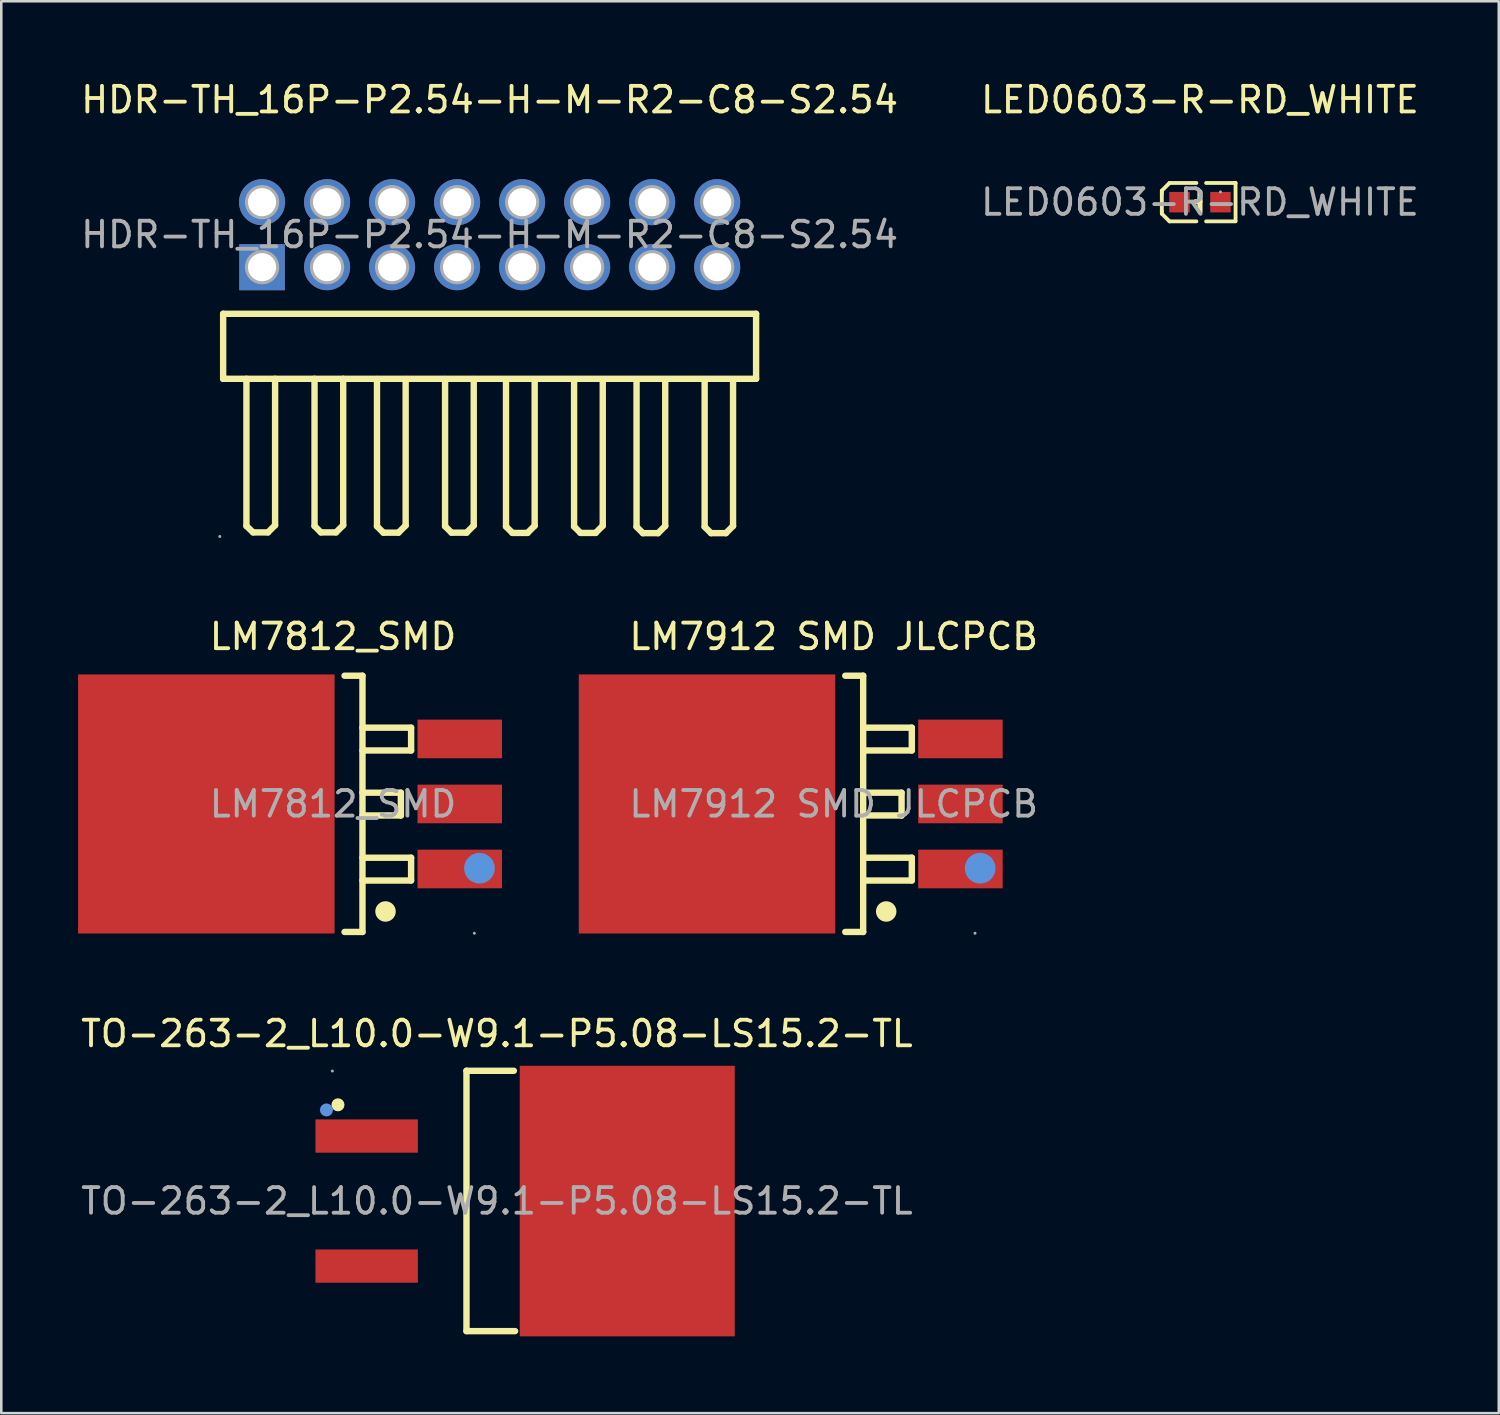
<source format=kicad_pcb>
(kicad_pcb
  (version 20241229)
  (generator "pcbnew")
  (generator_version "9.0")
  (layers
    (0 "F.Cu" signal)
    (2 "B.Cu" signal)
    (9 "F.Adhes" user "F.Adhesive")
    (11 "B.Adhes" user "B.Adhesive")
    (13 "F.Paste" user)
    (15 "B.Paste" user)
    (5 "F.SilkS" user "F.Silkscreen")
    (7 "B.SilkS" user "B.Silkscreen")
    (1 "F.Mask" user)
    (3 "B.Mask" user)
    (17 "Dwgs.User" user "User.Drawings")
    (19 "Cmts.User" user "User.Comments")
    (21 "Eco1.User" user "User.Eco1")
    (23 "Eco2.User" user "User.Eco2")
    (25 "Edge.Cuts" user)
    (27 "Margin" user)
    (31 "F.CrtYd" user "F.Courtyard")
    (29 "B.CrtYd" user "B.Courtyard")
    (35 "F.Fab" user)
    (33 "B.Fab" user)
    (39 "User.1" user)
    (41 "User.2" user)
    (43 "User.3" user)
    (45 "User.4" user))
  (footprint "LM7912 SMD JLCPCB"
    (layer "F.Cu")
    (at 29.52 28.357)
    (property "Reference" "LM7912 SMD JLCPCB" (at 0 -6.54 0) (layer "F.SilkS") (effects (font (size 1 1) (thickness 0.15))))
    (attr smd)
    (fp_line (start 0.45 -5.01) (end 1.15 -5.01) (stroke (width 0.25) (type solid)) (layer "F.SilkS"))
    (fp_line (start 1.15 -5.01) (end 1.15 5) (stroke (width 0.25) (type solid)) (layer "F.SilkS"))
    (fp_line (start 1.15 -2.98) (end 3.05 -2.98) (stroke (width 0.25) (type solid)) (layer "F.SilkS"))
    (fp_line (start 1.15 -0.44) (end 2.65 -0.44) (stroke (width 0.25) (type solid)) (layer "F.SilkS"))
    (fp_line (start 1.15 2.1) (end 3.05 2.1) (stroke (width 0.25) (type solid)) (layer "F.SilkS"))
    (fp_line (start 1.15 2.99) (end 3.05 2.99) (stroke (width 0.25) (type solid)) (layer "F.SilkS"))
    (fp_line (start 1.15 5) (end 0.45 5) (stroke (width 0.25) (type solid)) (layer "F.SilkS"))
    (fp_line (start 2.65 -0.44) (end 2.65 0.45) (stroke (width 0.25) (type solid)) (layer "F.SilkS"))
    (fp_line (start 2.65 0.45) (end 1.15 0.45) (stroke (width 0.25) (type solid)) (layer "F.SilkS"))
    (fp_line (start 3.05 -2.98) (end 3.05 -2.09) (stroke (width 0.25) (type solid)) (layer "F.SilkS"))
    (fp_line (start 3.05 -2.09) (end 1.15 -2.09) (stroke (width 0.25) (type solid)) (layer "F.SilkS"))
    (fp_line (start 3.05 2.1) (end 3.05 2.99) (stroke (width 0.25) (type solid)) (layer "F.SilkS"))
    (fp_arc (start 2.05 4.2) (mid 2.05 4.2) (end 2.05 4.2) (stroke (width 0.4) (type solid)) (layer "F.SilkS"))
    (fp_circle (center 5.72 2.51) (end 6.02 2.51) (stroke (width 0.6) (type solid)) (fill no) (layer "Cmts.User"))
    (fp_circle (center 5.52 5.05) (end 5.55 5.05) (stroke (width 0.06) (type solid)) (fill no) (layer "F.Fab"))
    (fp_text user "${REFERENCE}" (at 0 0 0) (layer "F.Fab") (effects (font (size 1 1) (thickness 0.15))))
    (pad "1" smd rect (at 4.95 2.54) (size 3.3 1.51) (layers "F.Cu" "F.Mask" "F.Paste"))
    (pad "2" smd rect (at 4.95 0) (size 3.3 1.51) (layers "F.Cu" "F.Mask" "F.Paste"))
    (pad "3" smd rect (at 4.95 -2.54) (size 3.3 1.51) (layers "F.Cu" "F.Mask" "F.Paste"))
    (pad "4" smd rect (at -4.95 0) (size 10.02 10.12) (layers "F.Cu" "F.Mask" "F.Paste")))
  (footprint "TO-263-2_L10.0-W9.1-P5.08-LS15.2-TL"
    (layer "F.Cu")
    (at 16.363 43.87)
    (property "Reference" "TO-263-2_L10.0-W9.1-P5.08-LS15.2-TL" (at 0 -6.54 0) (layer "F.SilkS") (effects (font (size 1 1) (thickness 0.15))))
    (attr smd)
    (fp_line (start -1.19 -5.09) (end -1.19 5.08) (stroke (width 0.25) (type solid)) (layer "F.SilkS"))
    (fp_line (start -1.19 5.08) (end 0.71 5.08) (stroke (width 0.25) (type solid)) (layer "F.SilkS"))
    (fp_line (start 0.66 -5.09) (end -1.19 -5.09) (stroke (width 0.25) (type solid)) (layer "F.SilkS"))
    (fp_circle (center -6.21 -3.76) (end -6.08 -3.76) (stroke (width 0.25) (type solid)) (fill no) (layer "F.SilkS"))
    (fp_circle (center -6.66 -3.56) (end -6.53 -3.56) (stroke (width 0.25) (type solid)) (fill no) (layer "Cmts.User"))
    (fp_circle (center -6.43 -5.08) (end -6.4 -5.08) (stroke (width 0.06) (type solid)) (fill no) (layer "F.Fab"))
    (fp_text user "${REFERENCE}" (at 0 0 0) (layer "F.Fab") (effects (font (size 1 1) (thickness 0.15))))
    (pad "1" smd rect (at -5.09 -2.54) (size 4 1.3) (layers "F.Cu" "F.Mask" "F.Paste"))
    (pad "3" smd rect (at -5.09 2.54) (size 4 1.3) (layers "F.Cu" "F.Mask" "F.Paste"))
    (pad "4" smd rect (at 5.09 0) (size 8.4 10.57) (layers "F.Cu" "F.Mask" "F.Paste")))
  (footprint "LED0603-R-RD_WHITE"
    (layer "F.Cu")
    (at 43.827 4.848)
    (property "Reference" "LED0603-R-RD_WHITE" (at 0 -4 0) (layer "F.SilkS") (effects (font (size 1 1) (thickness 0.15))))
    (attr smd)
    (fp_line (start -1.49 -0.45) (end -1.19 -0.75) (stroke (width 0.15) (type solid)) (layer "F.SilkS"))
    (fp_line (start -1.49 -0.35) (end -1.49 -0.45) (stroke (width 0.15) (type solid)) (layer "F.SilkS"))
    (fp_line (start -1.49 -0.35) (end -1.49 0.35) (stroke (width 0.15) (type solid)) (layer "F.SilkS"))
    (fp_line (start -1.49 0.35) (end -1.49 0.45) (stroke (width 0.15) (type solid)) (layer "F.SilkS"))
    (fp_line (start -1.49 0.45) (end -1.19 0.75) (stroke (width 0.15) (type solid)) (layer "F.SilkS"))
    (fp_line (start -0.14 -0.75) (end -1.19 -0.75) (stroke (width 0.15) (type solid)) (layer "F.SilkS"))
    (fp_line (start -0.14 0.75) (end -1.19 0.75) (stroke (width 0.15) (type solid)) (layer "F.SilkS"))
    (fp_line (start 0 -0.02) (end -0.17 -0.02) (stroke (width 0.2) (type solid)) (layer "F.SilkS"))
    (fp_line (start 0 0.38) (end 0 -0.4) (stroke (width 0.2) (type solid)) (layer "F.SilkS"))
    (fp_line (start 0.24 -0.75) (end 1.39 -0.75) (stroke (width 0.15) (type solid)) (layer "F.SilkS"))
    (fp_line (start 0.24 0.75) (end 1.39 0.75) (stroke (width 0.15) (type solid)) (layer "F.SilkS"))
    (fp_line (start 1.39 -0.75) (end 1.39 0.73) (stroke (width 0.15) (type solid)) (layer "F.SilkS"))
    (fp_circle (center 0.8 -0.4) (end 0.83 -0.4) (stroke (width 0.06) (type solid)) (fill no) (layer "F.Fab"))
    (fp_text user "${REFERENCE}" (at 0 0 0) (layer "F.Fab") (effects (font (size 1 1) (thickness 0.15))))
    (pad "1" smd rect (at 0.8 0 90) (size 0.8 0.8) (layers "F.Cu" "F.Mask" "F.Paste"))
    (pad "2" smd rect (at -0.8 0 90) (size 0.8 0.8) (layers "F.Cu" "F.Mask" "F.Paste")))
  (footprint "LM7812_SMD"
    (layer "F.Cu")
    (at 9.96 28.357)
    (property "Reference" "LM7812_SMD" (at 0 -6.54 0) (layer "F.SilkS") (effects (font (size 1 1) (thickness 0.15))))
    (attr smd)
    (fp_line (start 0.45 -5.01) (end 1.15 -5.01) (stroke (width 0.25) (type solid)) (layer "F.SilkS"))
    (fp_line (start 1.15 -5.01) (end 1.15 5) (stroke (width 0.25) (type solid)) (layer "F.SilkS"))
    (fp_line (start 1.15 -2.98) (end 3.05 -2.98) (stroke (width 0.25) (type solid)) (layer "F.SilkS"))
    (fp_line (start 1.15 -0.44) (end 2.65 -0.44) (stroke (width 0.25) (type solid)) (layer "F.SilkS"))
    (fp_line (start 1.15 2.1) (end 3.05 2.1) (stroke (width 0.25) (type solid)) (layer "F.SilkS"))
    (fp_line (start 1.15 2.99) (end 3.05 2.99) (stroke (width 0.25) (type solid)) (layer "F.SilkS"))
    (fp_line (start 1.15 5) (end 0.45 5) (stroke (width 0.25) (type solid)) (layer "F.SilkS"))
    (fp_line (start 2.65 -0.44) (end 2.65 0.45) (stroke (width 0.25) (type solid)) (layer "F.SilkS"))
    (fp_line (start 2.65 0.45) (end 1.15 0.45) (stroke (width 0.25) (type solid)) (layer "F.SilkS"))
    (fp_line (start 3.05 -2.98) (end 3.05 -2.09) (stroke (width 0.25) (type solid)) (layer "F.SilkS"))
    (fp_line (start 3.05 -2.09) (end 1.15 -2.09) (stroke (width 0.25) (type solid)) (layer "F.SilkS"))
    (fp_line (start 3.05 2.1) (end 3.05 2.99) (stroke (width 0.25) (type solid)) (layer "F.SilkS"))
    (fp_arc (start 2.05 4.2) (mid 2.05 4.2) (end 2.05 4.2) (stroke (width 0.4) (type solid)) (layer "F.SilkS"))
    (fp_circle (center 5.72 2.51) (end 6.02 2.51) (stroke (width 0.6) (type solid)) (fill no) (layer "Cmts.User"))
    (fp_circle (center 5.52 5.05) (end 5.55 5.05) (stroke (width 0.06) (type solid)) (fill no) (layer "F.Fab"))
    (fp_text user "${REFERENCE}" (at 0 0 0) (layer "F.Fab") (effects (font (size 1 1) (thickness 0.15))))
    (pad "1" smd rect (at 4.95 2.54) (size 3.3 1.51) (layers "F.Cu" "F.Mask" "F.Paste"))
    (pad "2" smd rect (at 4.95 0) (size 3.3 1.51) (layers "F.Cu" "F.Mask" "F.Paste"))
    (pad "3" smd rect (at 4.95 -2.54) (size 3.3 1.51) (layers "F.Cu" "F.Mask" "F.Paste"))
    (pad "4" smd rect (at -4.95 0) (size 10.02 10.12) (layers "F.Cu" "F.Mask" "F.Paste")))
  (footprint "HDR-TH_16P-P2.54-H-M-R2-C8-S2.54"
    (layer "F.Cu")
    (at 16.077 6.118)
    (property "Reference" "HDR-TH_16P-P2.54-H-M-R2-C8-S2.54" (at 0 -5.27 0) (layer "F.SilkS") (effects (font (size 1 1) (thickness 0.15))))
    (attr through_hole)
    (fp_line (start -10.41 3.09) (end 10.41 3.09) (stroke (width 0.25) (type solid)) (layer "F.SilkS"))
    (fp_line (start -10.41 5.63) (end -10.41 3.09) (stroke (width 0.25) (type solid)) (layer "F.SilkS"))
    (fp_line (start -10.32 5.63) (end -10.41 5.63) (stroke (width 0.25) (type solid)) (layer "F.SilkS"))
    (fp_line (start -9.5 5.63) (end -9.5 11.38) (stroke (width 0.25) (type solid)) (layer "F.SilkS"))
    (fp_line (start -9.5 11.38) (end -9.24 11.63) (stroke (width 0.25) (type solid)) (layer "F.SilkS"))
    (fp_line (start -9.24 11.63) (end -8.66 11.63) (stroke (width 0.25) (type solid)) (layer "F.SilkS"))
    (fp_line (start -8.38 5.63) (end -8.38 11.35) (stroke (width 0.25) (type solid)) (layer "F.SilkS"))
    (fp_line (start -8.38 11.35) (end -8.66 11.63) (stroke (width 0.25) (type solid)) (layer "F.SilkS"))
    (fp_line (start -6.84 5.63) (end -6.84 11.38) (stroke (width 0.25) (type solid)) (layer "F.SilkS"))
    (fp_line (start -6.84 11.38) (end -6.59 11.63) (stroke (width 0.25) (type solid)) (layer "F.SilkS"))
    (fp_line (start -6.59 11.63) (end -6 11.63) (stroke (width 0.25) (type solid)) (layer "F.SilkS"))
    (fp_line (start -5.72 5.63) (end -5.72 11.35) (stroke (width 0.25) (type solid)) (layer "F.SilkS"))
    (fp_line (start -5.72 11.35) (end -6 11.63) (stroke (width 0.25) (type solid)) (layer "F.SilkS"))
    (fp_line (start -4.4 5.64) (end -4.4 11.39) (stroke (width 0.25) (type solid)) (layer "F.SilkS"))
    (fp_line (start -4.4 11.39) (end -4.15 11.64) (stroke (width 0.25) (type solid)) (layer "F.SilkS"))
    (fp_line (start -4.15 11.64) (end -3.56 11.64) (stroke (width 0.25) (type solid)) (layer "F.SilkS"))
    (fp_line (start -3.28 5.64) (end -3.28 11.36) (stroke (width 0.25) (type solid)) (layer "F.SilkS"))
    (fp_line (start -3.28 11.36) (end -3.56 11.64) (stroke (width 0.25) (type solid)) (layer "F.SilkS"))
    (fp_line (start -1.74 5.64) (end -1.74 11.39) (stroke (width 0.25) (type solid)) (layer "F.SilkS"))
    (fp_line (start -1.74 11.39) (end -1.49 11.64) (stroke (width 0.25) (type solid)) (layer "F.SilkS"))
    (fp_line (start -1.49 11.64) (end -0.9 11.64) (stroke (width 0.25) (type solid)) (layer "F.SilkS"))
    (fp_line (start -0.62 5.64) (end -0.62 11.36) (stroke (width 0.25) (type solid)) (layer "F.SilkS"))
    (fp_line (start -0.62 11.36) (end -0.9 11.64) (stroke (width 0.25) (type solid)) (layer "F.SilkS"))
    (fp_line (start 0.64 5.65) (end 0.64 11.4) (stroke (width 0.25) (type solid)) (layer "F.SilkS"))
    (fp_line (start 0.64 11.4) (end 0.89 11.65) (stroke (width 0.25) (type solid)) (layer "F.SilkS"))
    (fp_line (start 0.89 11.65) (end 1.48 11.65) (stroke (width 0.25) (type solid)) (layer "F.SilkS"))
    (fp_line (start 1.76 5.65) (end 1.76 11.37) (stroke (width 0.25) (type solid)) (layer "F.SilkS"))
    (fp_line (start 1.76 11.37) (end 1.48 11.65) (stroke (width 0.25) (type solid)) (layer "F.SilkS"))
    (fp_line (start 3.3 5.65) (end 3.3 11.4) (stroke (width 0.25) (type solid)) (layer "F.SilkS"))
    (fp_line (start 3.3 11.4) (end 3.55 11.65) (stroke (width 0.25) (type solid)) (layer "F.SilkS"))
    (fp_line (start 3.55 11.65) (end 4.14 11.65) (stroke (width 0.25) (type solid)) (layer "F.SilkS"))
    (fp_line (start 4.42 5.65) (end 4.42 11.37) (stroke (width 0.25) (type solid)) (layer "F.SilkS"))
    (fp_line (start 4.42 11.37) (end 4.14 11.65) (stroke (width 0.25) (type solid)) (layer "F.SilkS"))
    (fp_line (start 5.74 5.66) (end 5.74 11.41) (stroke (width 0.25) (type solid)) (layer "F.SilkS"))
    (fp_line (start 5.74 11.41) (end 5.99 11.66) (stroke (width 0.25) (type solid)) (layer "F.SilkS"))
    (fp_line (start 5.99 11.66) (end 6.58 11.66) (stroke (width 0.25) (type solid)) (layer "F.SilkS"))
    (fp_line (start 6.86 5.66) (end 6.86 11.38) (stroke (width 0.25) (type solid)) (layer "F.SilkS"))
    (fp_line (start 6.86 11.38) (end 6.58 11.66) (stroke (width 0.25) (type solid)) (layer "F.SilkS"))
    (fp_line (start 8.4 5.66) (end 8.4 11.41) (stroke (width 0.25) (type solid)) (layer "F.SilkS"))
    (fp_line (start 8.4 11.41) (end 8.65 11.66) (stroke (width 0.25) (type solid)) (layer "F.SilkS"))
    (fp_line (start 8.65 11.66) (end 9.23 11.66) (stroke (width 0.25) (type solid)) (layer "F.SilkS"))
    (fp_line (start 9.51 5.66) (end 9.51 11.38) (stroke (width 0.25) (type solid)) (layer "F.SilkS"))
    (fp_line (start 9.51 11.38) (end 9.23 11.66) (stroke (width 0.25) (type solid)) (layer "F.SilkS"))
    (fp_line (start 10.41 3.09) (end 10.41 5.63) (stroke (width 0.25) (type solid)) (layer "F.SilkS"))
    (fp_line (start 10.41 5.63) (end -10.32 5.63) (stroke (width 0.25) (type solid)) (layer "F.SilkS"))
    (fp_circle (center -10.54 11.79) (end -10.51 11.79) (stroke (width 0.06) (type solid)) (fill no) (layer "F.Fab"))
    (fp_circle (center -8.89 -1.27) (end -8.67 -1.27) (stroke (width 0.45) (type solid)) (fill no) (layer "F.Fab"))
    (fp_circle (center -8.89 1.27) (end -8.67 1.27) (stroke (width 0.45) (type solid)) (fill no) (layer "F.Fab"))
    (fp_circle (center -6.35 -1.27) (end -6.13 -1.27) (stroke (width 0.45) (type solid)) (fill no) (layer "F.Fab"))
    (fp_circle (center -6.35 1.27) (end -6.13 1.27) (stroke (width 0.45) (type solid)) (fill no) (layer "F.Fab"))
    (fp_circle (center -3.81 -1.27) (end -3.59 -1.27) (stroke (width 0.45) (type solid)) (fill no) (layer "F.Fab"))
    (fp_circle (center -3.81 1.27) (end -3.59 1.27) (stroke (width 0.45) (type solid)) (fill no) (layer "F.Fab"))
    (fp_circle (center -1.27 -1.27) (end -1.05 -1.27) (stroke (width 0.45) (type solid)) (fill no) (layer "F.Fab"))
    (fp_circle (center -1.27 1.27) (end -1.05 1.27) (stroke (width 0.45) (type solid)) (fill no) (layer "F.Fab"))
    (fp_circle (center 1.27 -1.27) (end 1.49 -1.27) (stroke (width 0.45) (type solid)) (fill no) (layer "F.Fab"))
    (fp_circle (center 1.27 1.27) (end 1.49 1.27) (stroke (width 0.45) (type solid)) (fill no) (layer "F.Fab"))
    (fp_circle (center 3.81 -1.27) (end 4.03 -1.27) (stroke (width 0.45) (type solid)) (fill no) (layer "F.Fab"))
    (fp_circle (center 3.81 1.27) (end 4.03 1.27) (stroke (width 0.45) (type solid)) (fill no) (layer "F.Fab"))
    (fp_circle (center 6.35 -1.27) (end 6.57 -1.27) (stroke (width 0.45) (type solid)) (fill no) (layer "F.Fab"))
    (fp_circle (center 6.35 1.27) (end 6.57 1.27) (stroke (width 0.45) (type solid)) (fill no) (layer "F.Fab"))
    (fp_circle (center 8.89 -1.27) (end 9.11 -1.27) (stroke (width 0.45) (type solid)) (fill no) (layer "F.Fab"))
    (fp_circle (center 8.89 1.27) (end 9.11 1.27) (stroke (width 0.45) (type solid)) (fill no) (layer "F.Fab"))
    (fp_text user "${REFERENCE}" (at 0 0 0) (layer "F.Fab") (effects (font (size 1 1) (thickness 0.15))))
    (pad "1" thru_hole rect (at -8.89 1.27 180) (size 1.78 1.8) (drill 1.1) (layers "*.Cu" "*.Mask"))
    (pad "2" thru_hole circle (at -8.89 -1.27 180) (size 1.8 1.8) (drill 1.1) (layers "*.Cu" "*.Mask"))
    (pad "3" thru_hole circle (at -6.35 1.27 180) (size 1.8 1.8) (drill 1.1) (layers "*.Cu" "*.Mask"))
    (pad "4" thru_hole circle (at -6.35 -1.27 180) (size 1.8 1.8) (drill 1.1) (layers "*.Cu" "*.Mask"))
    (pad "5" thru_hole circle (at -3.81 1.27 180) (size 1.8 1.8) (drill 1.1) (layers "*.Cu" "*.Mask"))
    (pad "6" thru_hole circle (at -3.81 -1.27 180) (size 1.8 1.8) (drill 1.1) (layers "*.Cu" "*.Mask"))
    (pad "7" thru_hole circle (at -1.27 1.27 180) (size 1.8 1.8) (drill 1.1) (layers "*.Cu" "*.Mask"))
    (pad "8" thru_hole circle (at -1.27 -1.27 180) (size 1.8 1.8) (drill 1.1) (layers "*.Cu" "*.Mask"))
    (pad "9" thru_hole circle (at 1.27 1.27 180) (size 1.8 1.8) (drill 1.1) (layers "*.Cu" "*.Mask"))
    (pad "10" thru_hole circle (at 1.27 -1.27 180) (size 1.8 1.8) (drill 1.1) (layers "*.Cu" "*.Mask"))
    (pad "11" thru_hole circle (at 3.81 1.27 180) (size 1.8 1.8) (drill 1.1) (layers "*.Cu" "*.Mask"))
    (pad "12" thru_hole circle (at 3.81 -1.27 180) (size 1.8 1.8) (drill 1.1) (layers "*.Cu" "*.Mask"))
    (pad "13" thru_hole circle (at 6.35 1.27 180) (size 1.8 1.8) (drill 1.1) (layers "*.Cu" "*.Mask"))
    (pad "14" thru_hole circle (at 6.35 -1.27 180) (size 1.8 1.8) (drill 1.1) (layers "*.Cu" "*.Mask"))
    (pad "15" thru_hole circle (at 8.89 1.27 180) (size 1.8 1.8) (drill 1.1) (layers "*.Cu" "*.Mask"))
    (pad "16" thru_hole circle (at 8.89 -1.27 180) (size 1.8 1.8) (drill 1.1) (layers "*.Cu" "*.Mask")))
  (gr_rect
    (start -3 -3)
    (end 55.5 52.155)
    (stroke (width 0.1) (type default))
    (fill no)
    (layer "Edge.Cuts")))
</source>
